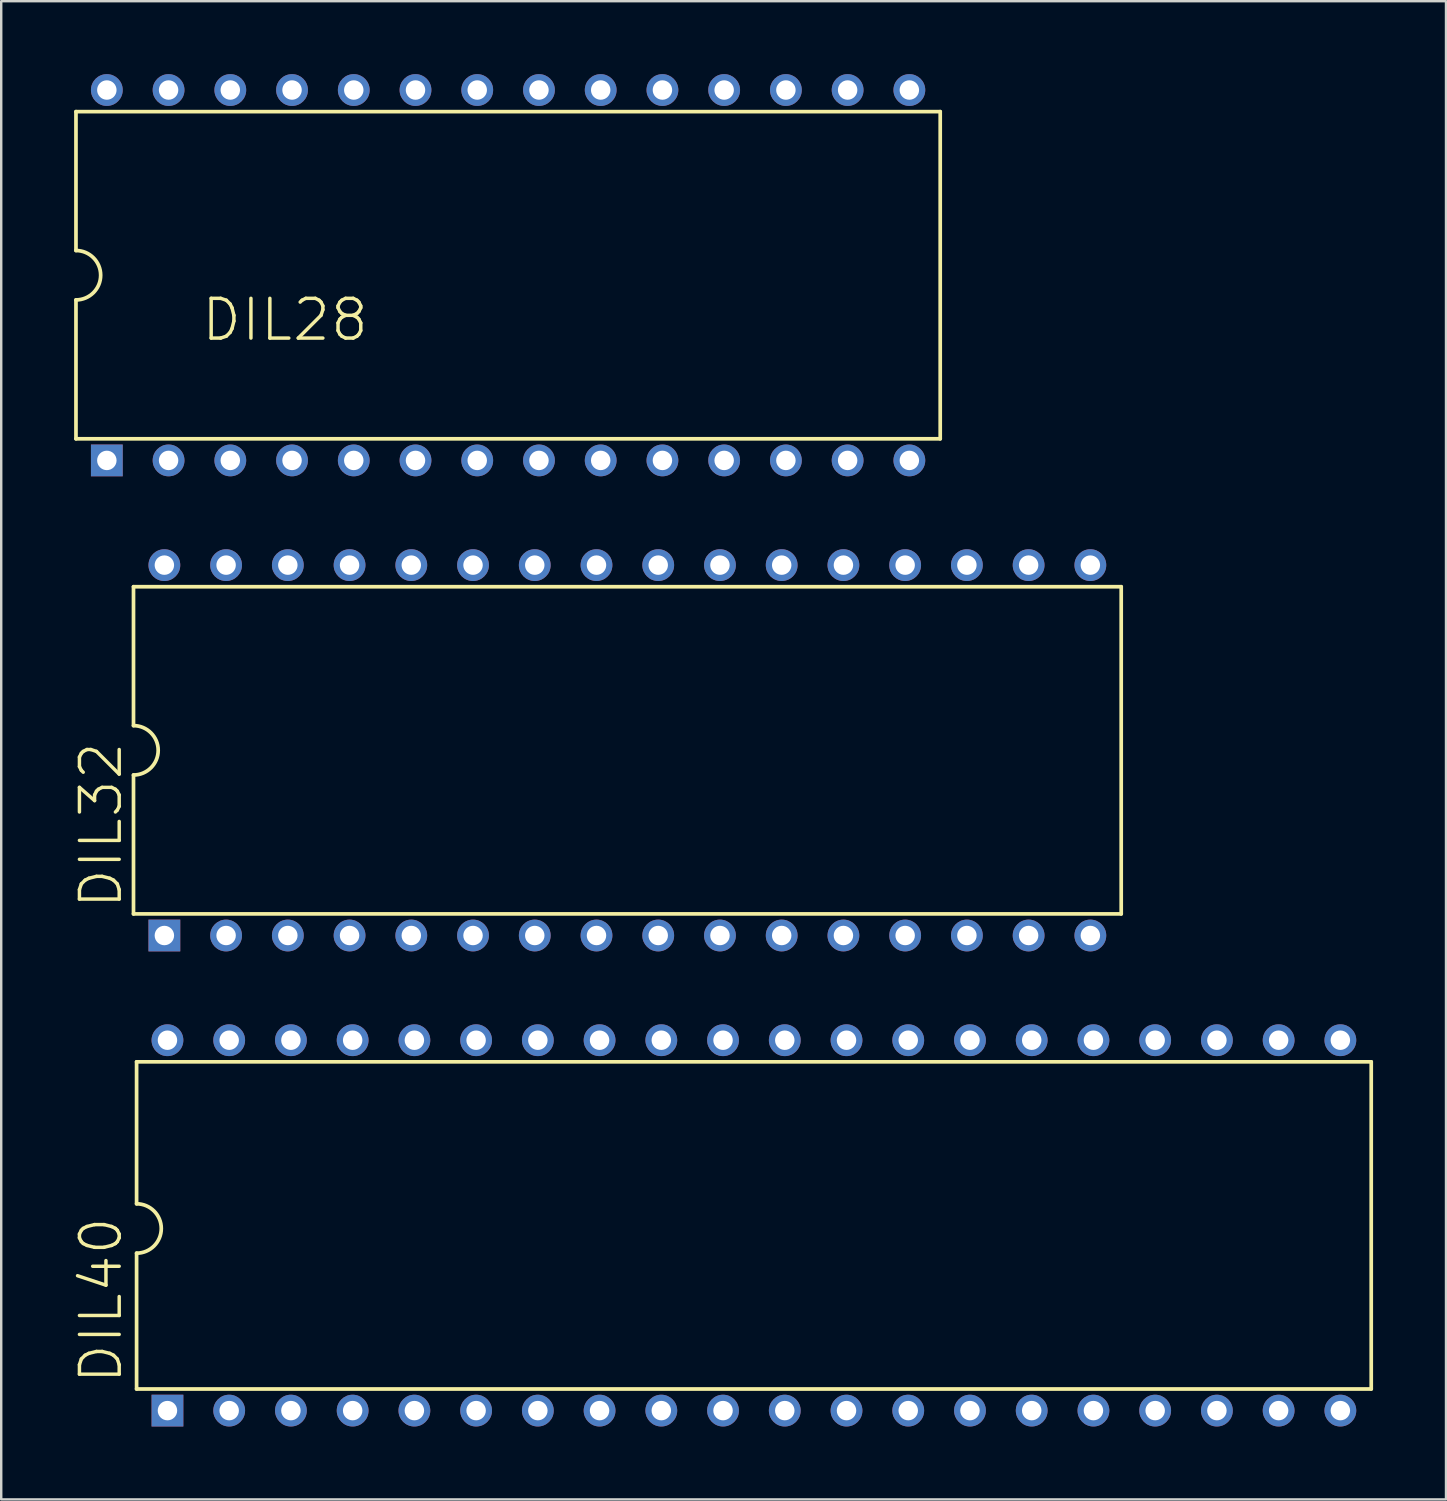
<source format=kicad_pcb>
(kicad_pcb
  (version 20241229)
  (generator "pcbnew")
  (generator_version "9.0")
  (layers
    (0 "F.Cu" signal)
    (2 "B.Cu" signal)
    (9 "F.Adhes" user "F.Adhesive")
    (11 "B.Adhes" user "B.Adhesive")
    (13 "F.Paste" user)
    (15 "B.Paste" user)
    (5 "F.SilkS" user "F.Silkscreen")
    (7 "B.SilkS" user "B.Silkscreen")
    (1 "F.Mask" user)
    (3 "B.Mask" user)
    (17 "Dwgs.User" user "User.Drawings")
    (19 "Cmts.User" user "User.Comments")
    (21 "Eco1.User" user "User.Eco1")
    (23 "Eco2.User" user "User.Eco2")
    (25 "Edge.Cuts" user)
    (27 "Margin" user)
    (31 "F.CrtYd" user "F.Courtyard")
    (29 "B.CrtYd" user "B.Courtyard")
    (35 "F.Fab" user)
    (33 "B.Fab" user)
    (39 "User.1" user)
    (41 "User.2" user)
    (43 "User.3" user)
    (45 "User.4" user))
  (footprint "DIL40"
    (layer "F.Cu")
    (at 27.97 47.37)
    (property "Reference" "DIL40" (at -25.908 6.604 90) (layer "F.SilkS") (effects (font (size 1.636 1.636) (thickness 0.142)) (justify left bottom)))
    (fp_line (start -25.4 -6.731) (end -25.4 -0.889) (stroke (width 0.152) (type solid)) (layer "F.SilkS"))
    (fp_line (start -25.4 6.731) (end -25.4 1.143) (stroke (width 0.152) (type solid)) (layer "F.SilkS"))
    (fp_line (start -25.4 6.731) (end 25.4 6.731) (stroke (width 0.152) (type solid)) (layer "F.SilkS"))
    (fp_line (start 25.4 -6.731) (end -25.4 -6.731) (stroke (width 0.152) (type solid)) (layer "F.SilkS"))
    (fp_line (start 25.4 -6.731) (end 25.4 6.731) (stroke (width 0.152) (type solid)) (layer "F.SilkS"))
    (fp_arc (start -25.4 -0.889) (mid -24.384 0.127) (end -25.4 1.143) (stroke (width 0.1524) (type solid)) (layer "F.SilkS"))
    (pad "1" thru_hole rect (at -24.13 7.62 90) (size 1.308 1.308) (drill 0.8) (layers "*.Cu" "*.Mask"))
    (pad "2" thru_hole circle (at -21.59 7.62 90) (size 1.308 1.308) (drill 0.8) (layers "*.Cu" "*.Mask"))
    (pad "3" thru_hole circle (at -19.05 7.62 90) (size 1.308 1.308) (drill 0.8) (layers "*.Cu" "*.Mask"))
    (pad "4" thru_hole circle (at -16.51 7.62 90) (size 1.308 1.308) (drill 0.8) (layers "*.Cu" "*.Mask"))
    (pad "5" thru_hole circle (at -13.97 7.62 90) (size 1.308 1.308) (drill 0.8) (layers "*.Cu" "*.Mask"))
    (pad "6" thru_hole circle (at -11.43 7.62 90) (size 1.308 1.308) (drill 0.8) (layers "*.Cu" "*.Mask"))
    (pad "7" thru_hole circle (at -8.89 7.62 90) (size 1.308 1.308) (drill 0.8) (layers "*.Cu" "*.Mask"))
    (pad "8" thru_hole circle (at -6.35 7.62 90) (size 1.308 1.308) (drill 0.8) (layers "*.Cu" "*.Mask"))
    (pad "9" thru_hole circle (at -3.81 7.62 90) (size 1.308 1.308) (drill 0.8) (layers "*.Cu" "*.Mask"))
    (pad "10" thru_hole circle (at -1.27 7.62 90) (size 1.308 1.308) (drill 0.8) (layers "*.Cu" "*.Mask"))
    (pad "11" thru_hole circle (at 1.27 7.62 90) (size 1.308 1.308) (drill 0.8) (layers "*.Cu" "*.Mask"))
    (pad "12" thru_hole circle (at 3.81 7.62 90) (size 1.308 1.308) (drill 0.8) (layers "*.Cu" "*.Mask"))
    (pad "13" thru_hole circle (at 6.35 7.62 90) (size 1.308 1.308) (drill 0.8) (layers "*.Cu" "*.Mask"))
    (pad "14" thru_hole circle (at 8.89 7.62 90) (size 1.308 1.308) (drill 0.8) (layers "*.Cu" "*.Mask"))
    (pad "15" thru_hole circle (at 11.43 7.62 90) (size 1.308 1.308) (drill 0.8) (layers "*.Cu" "*.Mask"))
    (pad "16" thru_hole circle (at 13.97 7.62 90) (size 1.308 1.308) (drill 0.8) (layers "*.Cu" "*.Mask"))
    (pad "17" thru_hole circle (at 16.51 7.62 90) (size 1.308 1.308) (drill 0.8) (layers "*.Cu" "*.Mask"))
    (pad "18" thru_hole circle (at 19.05 7.62 90) (size 1.308 1.308) (drill 0.8) (layers "*.Cu" "*.Mask"))
    (pad "19" thru_hole circle (at 21.59 7.62 90) (size 1.308 1.308) (drill 0.8) (layers "*.Cu" "*.Mask"))
    (pad "20" thru_hole circle (at 24.13 7.62 90) (size 1.308 1.308) (drill 0.8) (layers "*.Cu" "*.Mask"))
    (pad "21" thru_hole circle (at 24.13 -7.62 90) (size 1.308 1.308) (drill 0.8) (layers "*.Cu" "*.Mask"))
    (pad "22" thru_hole circle (at 21.59 -7.62 90) (size 1.308 1.308) (drill 0.8) (layers "*.Cu" "*.Mask"))
    (pad "23" thru_hole circle (at 19.05 -7.62 90) (size 1.308 1.308) (drill 0.8) (layers "*.Cu" "*.Mask"))
    (pad "24" thru_hole circle (at 16.51 -7.62 90) (size 1.308 1.308) (drill 0.8) (layers "*.Cu" "*.Mask"))
    (pad "25" thru_hole circle (at 13.97 -7.62 90) (size 1.308 1.308) (drill 0.8) (layers "*.Cu" "*.Mask"))
    (pad "26" thru_hole circle (at 11.43 -7.62 90) (size 1.308 1.308) (drill 0.8) (layers "*.Cu" "*.Mask"))
    (pad "27" thru_hole circle (at 8.89 -7.62 90) (size 1.308 1.308) (drill 0.8) (layers "*.Cu" "*.Mask"))
    (pad "28" thru_hole circle (at 6.35 -7.62 90) (size 1.308 1.308) (drill 0.8) (layers "*.Cu" "*.Mask"))
    (pad "29" thru_hole circle (at 3.81 -7.62 90) (size 1.308 1.308) (drill 0.8) (layers "*.Cu" "*.Mask"))
    (pad "30" thru_hole circle (at 1.27 -7.62 90) (size 1.308 1.308) (drill 0.8) (layers "*.Cu" "*.Mask"))
    (pad "31" thru_hole circle (at -1.27 -7.62 90) (size 1.308 1.308) (drill 0.8) (layers "*.Cu" "*.Mask"))
    (pad "32" thru_hole circle (at -3.81 -7.62 90) (size 1.308 1.308) (drill 0.8) (layers "*.Cu" "*.Mask"))
    (pad "33" thru_hole circle (at -6.35 -7.62 90) (size 1.308 1.308) (drill 0.8) (layers "*.Cu" "*.Mask"))
    (pad "34" thru_hole circle (at -8.89 -7.62 90) (size 1.308 1.308) (drill 0.8) (layers "*.Cu" "*.Mask"))
    (pad "35" thru_hole circle (at -11.43 -7.62 90) (size 1.308 1.308) (drill 0.8) (layers "*.Cu" "*.Mask"))
    (pad "36" thru_hole circle (at -13.97 -7.62 90) (size 1.308 1.308) (drill 0.8) (layers "*.Cu" "*.Mask"))
    (pad "37" thru_hole circle (at -16.51 -7.62 90) (size 1.308 1.308) (drill 0.8) (layers "*.Cu" "*.Mask"))
    (pad "38" thru_hole circle (at -19.05 -7.62 90) (size 1.308 1.308) (drill 0.8) (layers "*.Cu" "*.Mask"))
    (pad "39" thru_hole circle (at -21.59 -7.62 90) (size 1.308 1.308) (drill 0.8) (layers "*.Cu" "*.Mask"))
    (pad "40" thru_hole circle (at -24.13 -7.62 90) (size 1.308 1.308) (drill 0.8) (layers "*.Cu" "*.Mask")))
  (footprint "DIL32"
    (layer "F.Cu")
    (at 22.763 27.822)
    (property "Reference" "DIL32" (at -20.701 6.604 90) (layer "F.SilkS") (effects (font (size 1.636 1.636) (thickness 0.142)) (justify left bottom)))
    (fp_line (start -20.32 -6.731) (end -20.32 -1.016) (stroke (width 0.152) (type solid)) (layer "F.SilkS"))
    (fp_line (start -20.32 6.731) (end -20.32 1.016) (stroke (width 0.152) (type solid)) (layer "F.SilkS"))
    (fp_line (start -20.32 6.731) (end 20.32 6.731) (stroke (width 0.152) (type solid)) (layer "F.SilkS"))
    (fp_line (start 20.32 -6.731) (end -20.32 -6.731) (stroke (width 0.152) (type solid)) (layer "F.SilkS"))
    (fp_line (start 20.32 -6.731) (end 20.32 6.731) (stroke (width 0.152) (type solid)) (layer "F.SilkS"))
    (fp_arc (start -20.32 -1.016) (mid -19.304 0) (end -20.32 1.016) (stroke (width 0.1524) (type solid)) (layer "F.SilkS"))
    (pad "1" thru_hole rect (at -19.05 7.62 90) (size 1.308 1.308) (drill 0.8) (layers "*.Cu" "*.Mask"))
    (pad "2" thru_hole circle (at -16.51 7.62 90) (size 1.308 1.308) (drill 0.8) (layers "*.Cu" "*.Mask"))
    (pad "3" thru_hole circle (at -13.97 7.62 90) (size 1.308 1.308) (drill 0.8) (layers "*.Cu" "*.Mask"))
    (pad "4" thru_hole circle (at -11.43 7.62 90) (size 1.308 1.308) (drill 0.8) (layers "*.Cu" "*.Mask"))
    (pad "5" thru_hole circle (at -8.89 7.62 90) (size 1.308 1.308) (drill 0.8) (layers "*.Cu" "*.Mask"))
    (pad "6" thru_hole circle (at -6.35 7.62 90) (size 1.308 1.308) (drill 0.8) (layers "*.Cu" "*.Mask"))
    (pad "7" thru_hole circle (at -3.81 7.62 90) (size 1.308 1.308) (drill 0.8) (layers "*.Cu" "*.Mask"))
    (pad "8" thru_hole circle (at -1.27 7.62 90) (size 1.308 1.308) (drill 0.8) (layers "*.Cu" "*.Mask"))
    (pad "9" thru_hole circle (at 1.27 7.62 90) (size 1.308 1.308) (drill 0.8) (layers "*.Cu" "*.Mask"))
    (pad "10" thru_hole circle (at 3.81 7.62 90) (size 1.308 1.308) (drill 0.8) (layers "*.Cu" "*.Mask"))
    (pad "11" thru_hole circle (at 6.35 7.62 90) (size 1.308 1.308) (drill 0.8) (layers "*.Cu" "*.Mask"))
    (pad "12" thru_hole circle (at 8.89 7.62 90) (size 1.308 1.308) (drill 0.8) (layers "*.Cu" "*.Mask"))
    (pad "13" thru_hole circle (at 11.43 7.62 90) (size 1.308 1.308) (drill 0.8) (layers "*.Cu" "*.Mask"))
    (pad "14" thru_hole circle (at 13.97 7.62 90) (size 1.308 1.308) (drill 0.8) (layers "*.Cu" "*.Mask"))
    (pad "15" thru_hole circle (at 16.51 7.62 90) (size 1.308 1.308) (drill 0.8) (layers "*.Cu" "*.Mask"))
    (pad "16" thru_hole circle (at 19.05 7.62 90) (size 1.308 1.308) (drill 0.8) (layers "*.Cu" "*.Mask"))
    (pad "17" thru_hole circle (at 19.05 -7.62 90) (size 1.308 1.308) (drill 0.8) (layers "*.Cu" "*.Mask"))
    (pad "18" thru_hole circle (at 16.51 -7.62 90) (size 1.308 1.308) (drill 0.8) (layers "*.Cu" "*.Mask"))
    (pad "19" thru_hole circle (at 13.97 -7.62 90) (size 1.308 1.308) (drill 0.8) (layers "*.Cu" "*.Mask"))
    (pad "20" thru_hole circle (at 11.43 -7.62 90) (size 1.308 1.308) (drill 0.8) (layers "*.Cu" "*.Mask"))
    (pad "21" thru_hole circle (at 8.89 -7.62 90) (size 1.308 1.308) (drill 0.8) (layers "*.Cu" "*.Mask"))
    (pad "22" thru_hole circle (at 6.35 -7.62 90) (size 1.308 1.308) (drill 0.8) (layers "*.Cu" "*.Mask"))
    (pad "23" thru_hole circle (at 3.81 -7.62 90) (size 1.308 1.308) (drill 0.8) (layers "*.Cu" "*.Mask"))
    (pad "24" thru_hole circle (at 1.27 -7.62 90) (size 1.308 1.308) (drill 0.8) (layers "*.Cu" "*.Mask"))
    (pad "25" thru_hole circle (at -1.27 -7.62 90) (size 1.308 1.308) (drill 0.8) (layers "*.Cu" "*.Mask"))
    (pad "26" thru_hole circle (at -3.81 -7.62 90) (size 1.308 1.308) (drill 0.8) (layers "*.Cu" "*.Mask"))
    (pad "27" thru_hole circle (at -6.35 -7.62 90) (size 1.308 1.308) (drill 0.8) (layers "*.Cu" "*.Mask"))
    (pad "28" thru_hole circle (at -8.89 -7.62 90) (size 1.308 1.308) (drill 0.8) (layers "*.Cu" "*.Mask"))
    (pad "29" thru_hole circle (at -11.43 -7.62 90) (size 1.308 1.308) (drill 0.8) (layers "*.Cu" "*.Mask"))
    (pad "30" thru_hole circle (at -13.97 -7.62 90) (size 1.308 1.308) (drill 0.8) (layers "*.Cu" "*.Mask"))
    (pad "31" thru_hole circle (at -16.51 -7.62 90) (size 1.308 1.308) (drill 0.8) (layers "*.Cu" "*.Mask"))
    (pad "32" thru_hole circle (at -19.05 -7.62 90) (size 1.308 1.308) (drill 0.8) (layers "*.Cu" "*.Mask")))
  (footprint "DIL28"
    (layer "F.Cu")
    (at 17.856 8.274)
    (property "Reference" "DIL28" (at -12.7 2.794 0) (layer "F.SilkS") (effects (font (size 1.636 1.636) (thickness 0.142)) (justify left bottom)))
    (fp_line (start -17.78 -6.731) (end -17.78 -1.016) (stroke (width 0.152) (type solid)) (layer "F.SilkS"))
    (fp_line (start -17.78 6.731) (end -17.78 1.016) (stroke (width 0.152) (type solid)) (layer "F.SilkS"))
    (fp_line (start -17.78 6.731) (end 17.78 6.731) (stroke (width 0.152) (type solid)) (layer "F.SilkS"))
    (fp_line (start 17.78 -6.731) (end -17.78 -6.731) (stroke (width 0.152) (type solid)) (layer "F.SilkS"))
    (fp_line (start 17.78 -6.731) (end 17.78 6.731) (stroke (width 0.152) (type solid)) (layer "F.SilkS"))
    (fp_arc (start -17.78 -1.016) (mid -16.764 0) (end -17.78 1.016) (stroke (width 0.1524) (type solid)) (layer "F.SilkS"))
    (pad "1" thru_hole rect (at -16.51 7.62 90) (size 1.308 1.308) (drill 0.8) (layers "*.Cu" "*.Mask"))
    (pad "2" thru_hole circle (at -13.97 7.62 90) (size 1.308 1.308) (drill 0.8) (layers "*.Cu" "*.Mask"))
    (pad "3" thru_hole circle (at -11.43 7.62 90) (size 1.308 1.308) (drill 0.8) (layers "*.Cu" "*.Mask"))
    (pad "4" thru_hole circle (at -8.89 7.62 90) (size 1.308 1.308) (drill 0.8) (layers "*.Cu" "*.Mask"))
    (pad "5" thru_hole circle (at -6.35 7.62 90) (size 1.308 1.308) (drill 0.8) (layers "*.Cu" "*.Mask"))
    (pad "6" thru_hole circle (at -3.81 7.62 90) (size 1.308 1.308) (drill 0.8) (layers "*.Cu" "*.Mask"))
    (pad "7" thru_hole circle (at -1.27 7.62 90) (size 1.308 1.308) (drill 0.8) (layers "*.Cu" "*.Mask"))
    (pad "8" thru_hole circle (at 1.27 7.62 90) (size 1.308 1.308) (drill 0.8) (layers "*.Cu" "*.Mask"))
    (pad "9" thru_hole circle (at 3.81 7.62 90) (size 1.308 1.308) (drill 0.8) (layers "*.Cu" "*.Mask"))
    (pad "10" thru_hole circle (at 6.35 7.62 90) (size 1.308 1.308) (drill 0.8) (layers "*.Cu" "*.Mask"))
    (pad "11" thru_hole circle (at 8.89 7.62 90) (size 1.308 1.308) (drill 0.8) (layers "*.Cu" "*.Mask"))
    (pad "12" thru_hole circle (at 11.43 7.62 90) (size 1.308 1.308) (drill 0.8) (layers "*.Cu" "*.Mask"))
    (pad "13" thru_hole circle (at 13.97 7.62 90) (size 1.308 1.308) (drill 0.8) (layers "*.Cu" "*.Mask"))
    (pad "14" thru_hole circle (at 16.51 7.62 90) (size 1.308 1.308) (drill 0.8) (layers "*.Cu" "*.Mask"))
    (pad "15" thru_hole circle (at 16.51 -7.62 90) (size 1.308 1.308) (drill 0.8) (layers "*.Cu" "*.Mask"))
    (pad "16" thru_hole circle (at 13.97 -7.62 90) (size 1.308 1.308) (drill 0.8) (layers "*.Cu" "*.Mask"))
    (pad "17" thru_hole circle (at 11.43 -7.62 90) (size 1.308 1.308) (drill 0.8) (layers "*.Cu" "*.Mask"))
    (pad "18" thru_hole circle (at 8.89 -7.62 90) (size 1.308 1.308) (drill 0.8) (layers "*.Cu" "*.Mask"))
    (pad "19" thru_hole circle (at 6.35 -7.62 90) (size 1.308 1.308) (drill 0.8) (layers "*.Cu" "*.Mask"))
    (pad "20" thru_hole circle (at 3.81 -7.62 90) (size 1.308 1.308) (drill 0.8) (layers "*.Cu" "*.Mask"))
    (pad "21" thru_hole circle (at 1.27 -7.62 90) (size 1.308 1.308) (drill 0.8) (layers "*.Cu" "*.Mask"))
    (pad "22" thru_hole circle (at -1.27 -7.62 90) (size 1.308 1.308) (drill 0.8) (layers "*.Cu" "*.Mask"))
    (pad "23" thru_hole circle (at -3.81 -7.62 90) (size 1.308 1.308) (drill 0.8) (layers "*.Cu" "*.Mask"))
    (pad "24" thru_hole circle (at -6.35 -7.62 90) (size 1.308 1.308) (drill 0.8) (layers "*.Cu" "*.Mask"))
    (pad "25" thru_hole circle (at -8.89 -7.62 90) (size 1.308 1.308) (drill 0.8) (layers "*.Cu" "*.Mask"))
    (pad "26" thru_hole circle (at -11.43 -7.62 90) (size 1.308 1.308) (drill 0.8) (layers "*.Cu" "*.Mask"))
    (pad "27" thru_hole circle (at -13.97 -7.62 90) (size 1.308 1.308) (drill 0.8) (layers "*.Cu" "*.Mask"))
    (pad "28" thru_hole circle (at -16.51 -7.62 90) (size 1.308 1.308) (drill 0.8) (layers "*.Cu" "*.Mask")))
  (gr_rect
    (start -3 -3)
    (end 56.447 58.644)
    (stroke (width 0.1) (type default))
    (fill no)
    (layer "Edge.Cuts")))
</source>
